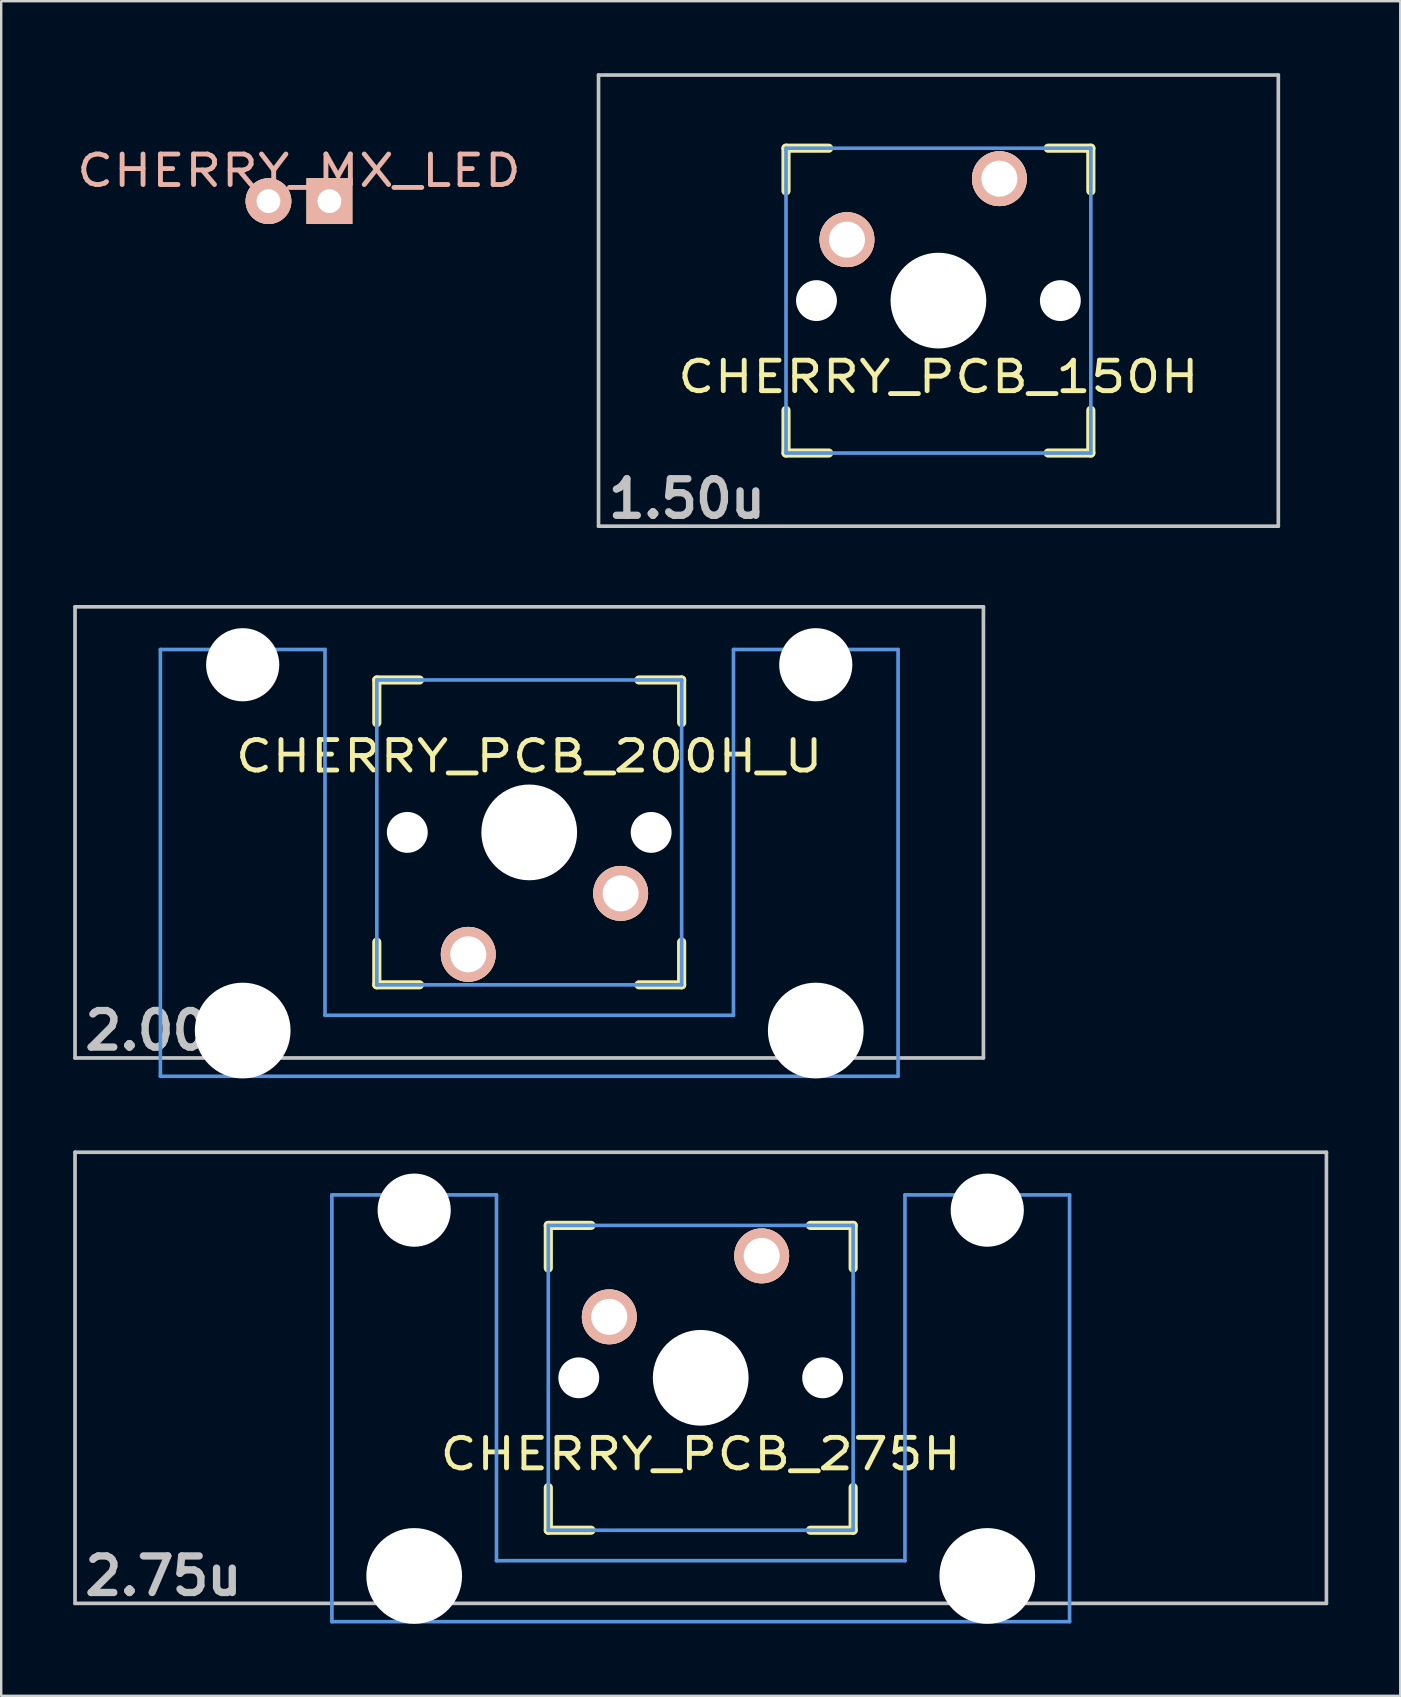
<source format=kicad_pcb>
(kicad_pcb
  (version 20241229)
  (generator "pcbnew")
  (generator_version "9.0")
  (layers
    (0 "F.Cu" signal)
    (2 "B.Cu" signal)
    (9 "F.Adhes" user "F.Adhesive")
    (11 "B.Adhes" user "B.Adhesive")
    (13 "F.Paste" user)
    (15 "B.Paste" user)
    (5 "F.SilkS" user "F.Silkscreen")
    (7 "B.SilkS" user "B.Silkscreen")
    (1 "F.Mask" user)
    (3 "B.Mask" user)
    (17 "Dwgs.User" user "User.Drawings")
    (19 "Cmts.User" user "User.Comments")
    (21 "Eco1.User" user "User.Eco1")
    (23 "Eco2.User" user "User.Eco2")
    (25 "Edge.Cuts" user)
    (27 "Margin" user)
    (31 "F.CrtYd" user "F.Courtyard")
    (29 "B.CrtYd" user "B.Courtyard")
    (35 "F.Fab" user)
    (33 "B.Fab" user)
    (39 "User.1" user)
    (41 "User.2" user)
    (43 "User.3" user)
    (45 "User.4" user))
  (footprint "CHERRY_PCB_200H_U"
    (layer "F.Cu")
    (at 18.999 31.63)
    (property "Reference" "CHERRY_PCB_200H_U" (at 0 -3.175 180) (layer "F.SilkS") (effects (font (size 1.27 1.524) (thickness 0.203))))
    (attr through_hole)
    (fp_line (start -6.35 -6.35) (end -4.572 -6.35) (stroke (width 0.381) (type solid)) (layer "F.SilkS"))
    (fp_line (start -6.35 -4.572) (end -6.35 -6.35) (stroke (width 0.381) (type solid)) (layer "F.SilkS"))
    (fp_line (start -6.35 6.35) (end -6.35 4.572) (stroke (width 0.381) (type solid)) (layer "F.SilkS"))
    (fp_line (start -4.572 6.35) (end -6.35 6.35) (stroke (width 0.381) (type solid)) (layer "F.SilkS"))
    (fp_line (start 4.572 -6.35) (end 6.35 -6.35) (stroke (width 0.381) (type solid)) (layer "F.SilkS"))
    (fp_line (start 6.35 -6.35) (end 6.35 -4.572) (stroke (width 0.381) (type solid)) (layer "F.SilkS"))
    (fp_line (start 6.35 4.572) (end 6.35 6.35) (stroke (width 0.381) (type solid)) (layer "F.SilkS"))
    (fp_line (start 6.35 6.35) (end 4.572 6.35) (stroke (width 0.381) (type solid)) (layer "F.SilkS"))
    (fp_line (start -18.923 -9.398) (end 18.923 -9.398) (stroke (width 0.152) (type solid)) (layer "Dwgs.User"))
    (fp_line (start -18.923 9.398) (end -18.923 -9.398) (stroke (width 0.152) (type solid)) (layer "Dwgs.User"))
    (fp_line (start 18.923 -9.398) (end 18.923 9.398) (stroke (width 0.152) (type solid)) (layer "Dwgs.User"))
    (fp_line (start 18.923 9.398) (end -18.923 9.398) (stroke (width 0.152) (type solid)) (layer "Dwgs.User"))
    (fp_line (start -15.367 -7.62) (end -15.367 10.16) (stroke (width 0.152) (type solid)) (layer "Cmts.User"))
    (fp_line (start -15.367 10.16) (end 15.367 10.16) (stroke (width 0.152) (type solid)) (layer "Cmts.User"))
    (fp_line (start -8.509 -7.62) (end -15.367 -7.62) (stroke (width 0.152) (type solid)) (layer "Cmts.User"))
    (fp_line (start -8.509 7.62) (end -8.509 -7.62) (stroke (width 0.152) (type solid)) (layer "Cmts.User"))
    (fp_line (start -6.35 -6.35) (end 6.35 -6.35) (stroke (width 0.152) (type solid)) (layer "Cmts.User"))
    (fp_line (start -6.35 6.35) (end -6.35 -6.35) (stroke (width 0.152) (type solid)) (layer "Cmts.User"))
    (fp_line (start 6.35 -6.35) (end 6.35 6.35) (stroke (width 0.152) (type solid)) (layer "Cmts.User"))
    (fp_line (start 6.35 6.35) (end -6.35 6.35) (stroke (width 0.152) (type solid)) (layer "Cmts.User"))
    (fp_line (start 8.509 -7.62) (end 8.509 7.62) (stroke (width 0.152) (type solid)) (layer "Cmts.User"))
    (fp_line (start 8.509 7.62) (end -8.509 7.62) (stroke (width 0.152) (type solid)) (layer "Cmts.User"))
    (fp_line (start 15.367 -7.62) (end 8.509 -7.62) (stroke (width 0.152) (type solid)) (layer "Cmts.User"))
    (fp_line (start 15.367 10.16) (end 15.367 -7.62) (stroke (width 0.152) (type solid)) (layer "Cmts.User"))
    (fp_line (start -16.129 -2.286) (end -15.265 -2.286) (stroke (width 0.152) (type solid)) (layer "Eco2.User"))
    (fp_line (start -16.129 0.508) (end -16.129 -2.286) (stroke (width 0.152) (type solid)) (layer "Eco2.User"))
    (fp_line (start -15.265 -5.69) (end -8.611 -5.69) (stroke (width 0.152) (type solid)) (layer "Eco2.User"))
    (fp_line (start -15.265 -2.286) (end -15.265 -5.69) (stroke (width 0.152) (type solid)) (layer "Eco2.User"))
    (fp_line (start -15.265 0.508) (end -16.129 0.508) (stroke (width 0.152) (type solid)) (layer "Eco2.User"))
    (fp_line (start -15.265 6.604) (end -15.265 0.508) (stroke (width 0.152) (type solid)) (layer "Eco2.User"))
    (fp_line (start -14.224 6.604) (end -15.265 6.604) (stroke (width 0.152) (type solid)) (layer "Eco2.User"))
    (fp_line (start -14.224 7.772) (end -14.224 6.604) (stroke (width 0.152) (type solid)) (layer "Eco2.User"))
    (fp_line (start -9.652 6.604) (end -9.652 7.772) (stroke (width 0.152) (type solid)) (layer "Eco2.User"))
    (fp_line (start -9.652 7.772) (end -14.224 7.772) (stroke (width 0.152) (type solid)) (layer "Eco2.User"))
    (fp_line (start -8.611 -5.69) (end -8.611 -4.877) (stroke (width 0.152) (type solid)) (layer "Eco2.User"))
    (fp_line (start -8.611 -4.877) (end -6.985 -4.877) (stroke (width 0.152) (type solid)) (layer "Eco2.User"))
    (fp_line (start -8.611 5.817) (end -8.611 6.604) (stroke (width 0.152) (type solid)) (layer "Eco2.User"))
    (fp_line (start -8.611 6.604) (end -9.652 6.604) (stroke (width 0.152) (type solid)) (layer "Eco2.User"))
    (fp_line (start -6.985 -6.985) (end 6.985 -6.985) (stroke (width 0.152) (type solid)) (layer "Eco2.User"))
    (fp_line (start -6.985 -4.877) (end -6.985 -6.985) (stroke (width 0.152) (type solid)) (layer "Eco2.User"))
    (fp_line (start -6.985 5.817) (end -8.611 5.817) (stroke (width 0.152) (type solid)) (layer "Eco2.User"))
    (fp_line (start -6.985 6.985) (end -6.985 5.817) (stroke (width 0.152) (type solid)) (layer "Eco2.User"))
    (fp_line (start 6.985 -6.985) (end 6.985 -4.877) (stroke (width 0.152) (type solid)) (layer "Eco2.User"))
    (fp_line (start 6.985 -4.877) (end 8.611 -4.877) (stroke (width 0.152) (type solid)) (layer "Eco2.User"))
    (fp_line (start 6.985 5.817) (end 6.985 6.985) (stroke (width 0.152) (type solid)) (layer "Eco2.User"))
    (fp_line (start 6.985 6.985) (end -6.985 6.985) (stroke (width 0.152) (type solid)) (layer "Eco2.User"))
    (fp_line (start 8.611 -5.69) (end 15.265 -5.69) (stroke (width 0.152) (type solid)) (layer "Eco2.User"))
    (fp_line (start 8.611 -4.877) (end 8.611 -5.69) (stroke (width 0.152) (type solid)) (layer "Eco2.User"))
    (fp_line (start 8.611 5.817) (end 6.985 5.817) (stroke (width 0.152) (type solid)) (layer "Eco2.User"))
    (fp_line (start 8.611 6.604) (end 8.611 5.817) (stroke (width 0.152) (type solid)) (layer "Eco2.User"))
    (fp_line (start 9.652 6.604) (end 8.611 6.604) (stroke (width 0.152) (type solid)) (layer "Eco2.User"))
    (fp_line (start 9.652 7.772) (end 9.652 6.604) (stroke (width 0.152) (type solid)) (layer "Eco2.User"))
    (fp_line (start 14.224 6.604) (end 14.224 7.772) (stroke (width 0.152) (type solid)) (layer "Eco2.User"))
    (fp_line (start 14.224 7.772) (end 9.652 7.772) (stroke (width 0.152) (type solid)) (layer "Eco2.User"))
    (fp_line (start 15.265 -5.69) (end 15.265 -2.286) (stroke (width 0.152) (type solid)) (layer "Eco2.User"))
    (fp_line (start 15.265 -2.286) (end 16.129 -2.286) (stroke (width 0.152) (type solid)) (layer "Eco2.User"))
    (fp_line (start 15.265 0.508) (end 15.265 6.604) (stroke (width 0.152) (type solid)) (layer "Eco2.User"))
    (fp_line (start 15.265 6.604) (end 14.224 6.604) (stroke (width 0.152) (type solid)) (layer "Eco2.User"))
    (fp_line (start 16.129 -2.286) (end 16.129 0.508) (stroke (width 0.152) (type solid)) (layer "Eco2.User"))
    (fp_line (start 16.129 0.508) (end 15.265 0.508) (stroke (width 0.152) (type solid)) (layer "Eco2.User"))
    (fp_text user "2.00u" (at -15.24 8.255 0) (layer "Dwgs.User") (effects (font (size 1.524 1.524) (thickness 0.305))))
    (pad "" np_thru_hole circle (at -11.938 -6.985) (size 3.048 3.048) (drill 3.048) (layers "*.Cu"))
    (pad "" np_thru_hole circle (at -11.938 8.255) (size 3.988 3.988) (drill 3.988) (layers "*.Cu"))
    (pad "" np_thru_hole circle (at -5.08 0 180) (size 1.702 1.702) (drill 1.702) (layers "*.Cu"))
    (pad "" np_thru_hole circle (at 0 0 180) (size 3.988 3.988) (drill 3.988) (layers "*.Cu"))
    (pad "" np_thru_hole circle (at 5.08 0 180) (size 1.702 1.702) (drill 1.702) (layers "*.Cu"))
    (pad "" np_thru_hole circle (at 11.938 -6.985) (size 3.048 3.048) (drill 3.048) (layers "*.Cu"))
    (pad "" np_thru_hole circle (at 11.938 8.255) (size 3.988 3.988) (drill 3.988) (layers "*.Cu"))
    (pad "1" thru_hole circle (at -2.54 5.08 180) (size 2.286 2.286) (drill 1.499) (layers "*.Cu" "*.SilkS" "*.Mask"))
    (pad "2" thru_hole circle (at 3.81 2.54 180) (size 2.286 2.286) (drill 1.499) (layers "*.Cu" "*.SilkS" "*.Mask")))
  (footprint "CHERRY_PCB_150H"
    (layer "F.Cu")
    (at 36.047 9.474)
    (property "Reference" "CHERRY_PCB_150H" (at 0 3.175 0) (layer "F.SilkS") (effects (font (size 1.27 1.524) (thickness 0.203))))
    (attr through_hole)
    (fp_line (start -6.35 -6.35) (end -4.572 -6.35) (stroke (width 0.381) (type solid)) (layer "F.SilkS"))
    (fp_line (start -6.35 -4.572) (end -6.35 -6.35) (stroke (width 0.381) (type solid)) (layer "F.SilkS"))
    (fp_line (start -6.35 6.35) (end -6.35 4.572) (stroke (width 0.381) (type solid)) (layer "F.SilkS"))
    (fp_line (start -4.572 6.35) (end -6.35 6.35) (stroke (width 0.381) (type solid)) (layer "F.SilkS"))
    (fp_line (start 4.572 -6.35) (end 6.35 -6.35) (stroke (width 0.381) (type solid)) (layer "F.SilkS"))
    (fp_line (start 6.35 -6.35) (end 6.35 -4.572) (stroke (width 0.381) (type solid)) (layer "F.SilkS"))
    (fp_line (start 6.35 4.572) (end 6.35 6.35) (stroke (width 0.381) (type solid)) (layer "F.SilkS"))
    (fp_line (start 6.35 6.35) (end 4.572 6.35) (stroke (width 0.381) (type solid)) (layer "F.SilkS"))
    (fp_line (start -14.161 -9.398) (end 14.161 -9.398) (stroke (width 0.152) (type solid)) (layer "Dwgs.User"))
    (fp_line (start -14.161 9.398) (end -14.161 -9.398) (stroke (width 0.152) (type solid)) (layer "Dwgs.User"))
    (fp_line (start 14.161 -9.398) (end 14.161 9.398) (stroke (width 0.152) (type solid)) (layer "Dwgs.User"))
    (fp_line (start 14.161 9.398) (end -14.161 9.398) (stroke (width 0.152) (type solid)) (layer "Dwgs.User"))
    (fp_line (start -6.35 -6.35) (end 6.35 -6.35) (stroke (width 0.152) (type solid)) (layer "Cmts.User"))
    (fp_line (start -6.35 6.35) (end -6.35 -6.35) (stroke (width 0.152) (type solid)) (layer "Cmts.User"))
    (fp_line (start 6.35 -6.35) (end 6.35 6.35) (stroke (width 0.152) (type solid)) (layer "Cmts.User"))
    (fp_line (start 6.35 6.35) (end -6.35 6.35) (stroke (width 0.152) (type solid)) (layer "Cmts.User"))
    (fp_line (start -6.985 -6.985) (end 6.985 -6.985) (stroke (width 0.152) (type solid)) (layer "Eco2.User"))
    (fp_line (start -6.985 6.985) (end -6.985 -6.985) (stroke (width 0.152) (type solid)) (layer "Eco2.User"))
    (fp_line (start 6.985 -6.985) (end 6.985 6.985) (stroke (width 0.152) (type solid)) (layer "Eco2.User"))
    (fp_line (start 6.985 6.985) (end -6.985 6.985) (stroke (width 0.152) (type solid)) (layer "Eco2.User"))
    (fp_text user "1.50u" (at -10.477 8.255 0) (layer "Dwgs.User") (effects (font (size 1.524 1.524) (thickness 0.305))))
    (pad "" np_thru_hole circle (at -5.08 0) (size 1.702 1.702) (drill 1.702) (layers "*.Cu"))
    (pad "" np_thru_hole circle (at 0 0) (size 3.988 3.988) (drill 3.988) (layers "*.Cu"))
    (pad "" np_thru_hole circle (at 5.08 0) (size 1.702 1.702) (drill 1.702) (layers "*.Cu"))
    (pad "1" thru_hole circle (at 2.54 -5.08) (size 2.286 2.286) (drill 1.499) (layers "*.Cu" "*.SilkS" "*.Mask"))
    (pad "2" thru_hole circle (at -3.81 -2.54) (size 2.286 2.286) (drill 1.499) (layers "*.Cu" "*.SilkS" "*.Mask")))
  (footprint "CHERRY_PCB_275H"
    (layer "F.Cu")
    (at 26.144 54.353)
    (property "Reference" "CHERRY_PCB_275H" (at 0 3.175 0) (layer "F.SilkS") (effects (font (size 1.27 1.524) (thickness 0.203))))
    (attr through_hole)
    (fp_line (start -6.35 -6.35) (end -4.572 -6.35) (stroke (width 0.381) (type solid)) (layer "F.SilkS"))
    (fp_line (start -6.35 -4.572) (end -6.35 -6.35) (stroke (width 0.381) (type solid)) (layer "F.SilkS"))
    (fp_line (start -6.35 6.35) (end -6.35 4.572) (stroke (width 0.381) (type solid)) (layer "F.SilkS"))
    (fp_line (start -4.572 6.35) (end -6.35 6.35) (stroke (width 0.381) (type solid)) (layer "F.SilkS"))
    (fp_line (start 4.572 -6.35) (end 6.35 -6.35) (stroke (width 0.381) (type solid)) (layer "F.SilkS"))
    (fp_line (start 6.35 -6.35) (end 6.35 -4.572) (stroke (width 0.381) (type solid)) (layer "F.SilkS"))
    (fp_line (start 6.35 4.572) (end 6.35 6.35) (stroke (width 0.381) (type solid)) (layer "F.SilkS"))
    (fp_line (start 6.35 6.35) (end 4.572 6.35) (stroke (width 0.381) (type solid)) (layer "F.SilkS"))
    (fp_line (start -26.068 -9.398) (end 26.068 -9.398) (stroke (width 0.152) (type solid)) (layer "Dwgs.User"))
    (fp_line (start -26.068 9.398) (end -26.068 -9.398) (stroke (width 0.152) (type solid)) (layer "Dwgs.User"))
    (fp_line (start 26.068 -9.398) (end 26.068 9.398) (stroke (width 0.152) (type solid)) (layer "Dwgs.User"))
    (fp_line (start 26.068 9.398) (end -26.068 9.398) (stroke (width 0.152) (type solid)) (layer "Dwgs.User"))
    (fp_line (start -15.367 -7.62) (end -15.367 10.16) (stroke (width 0.152) (type solid)) (layer "Cmts.User"))
    (fp_line (start -15.367 10.16) (end 15.367 10.16) (stroke (width 0.152) (type solid)) (layer "Cmts.User"))
    (fp_line (start -8.509 -7.62) (end -15.367 -7.62) (stroke (width 0.152) (type solid)) (layer "Cmts.User"))
    (fp_line (start -8.509 7.62) (end -8.509 -7.62) (stroke (width 0.152) (type solid)) (layer "Cmts.User"))
    (fp_line (start -6.35 -6.35) (end 6.35 -6.35) (stroke (width 0.152) (type solid)) (layer "Cmts.User"))
    (fp_line (start -6.35 6.35) (end -6.35 -6.35) (stroke (width 0.152) (type solid)) (layer "Cmts.User"))
    (fp_line (start 6.35 -6.35) (end 6.35 6.35) (stroke (width 0.152) (type solid)) (layer "Cmts.User"))
    (fp_line (start 6.35 6.35) (end -6.35 6.35) (stroke (width 0.152) (type solid)) (layer "Cmts.User"))
    (fp_line (start 8.509 -7.62) (end 8.509 7.62) (stroke (width 0.152) (type solid)) (layer "Cmts.User"))
    (fp_line (start 8.509 7.62) (end -8.509 7.62) (stroke (width 0.152) (type solid)) (layer "Cmts.User"))
    (fp_line (start 15.367 -7.62) (end 8.509 -7.62) (stroke (width 0.152) (type solid)) (layer "Cmts.User"))
    (fp_line (start 15.367 10.16) (end 15.367 -7.62) (stroke (width 0.152) (type solid)) (layer "Cmts.User"))
    (fp_line (start -16.129 -2.286) (end -15.265 -2.286) (stroke (width 0.152) (type solid)) (layer "Eco2.User"))
    (fp_line (start -16.129 0.508) (end -16.129 -2.286) (stroke (width 0.152) (type solid)) (layer "Eco2.User"))
    (fp_line (start -15.265 -5.69) (end -8.611 -5.69) (stroke (width 0.152) (type solid)) (layer "Eco2.User"))
    (fp_line (start -15.265 -2.286) (end -15.265 -5.69) (stroke (width 0.152) (type solid)) (layer "Eco2.User"))
    (fp_line (start -15.265 0.508) (end -16.129 0.508) (stroke (width 0.152) (type solid)) (layer "Eco2.User"))
    (fp_line (start -15.265 6.604) (end -15.265 0.508) (stroke (width 0.152) (type solid)) (layer "Eco2.User"))
    (fp_line (start -14.224 6.604) (end -15.265 6.604) (stroke (width 0.152) (type solid)) (layer "Eco2.User"))
    (fp_line (start -14.224 7.772) (end -14.224 6.604) (stroke (width 0.152) (type solid)) (layer "Eco2.User"))
    (fp_line (start -9.652 6.604) (end -9.652 7.772) (stroke (width 0.152) (type solid)) (layer "Eco2.User"))
    (fp_line (start -9.652 7.772) (end -14.224 7.772) (stroke (width 0.152) (type solid)) (layer "Eco2.User"))
    (fp_line (start -8.611 -5.69) (end -8.611 -4.877) (stroke (width 0.152) (type solid)) (layer "Eco2.User"))
    (fp_line (start -8.611 -4.877) (end -6.985 -4.877) (stroke (width 0.152) (type solid)) (layer "Eco2.User"))
    (fp_line (start -8.611 5.817) (end -8.611 6.604) (stroke (width 0.152) (type solid)) (layer "Eco2.User"))
    (fp_line (start -8.611 6.604) (end -9.652 6.604) (stroke (width 0.152) (type solid)) (layer "Eco2.User"))
    (fp_line (start -6.985 -6.985) (end 6.985 -6.985) (stroke (width 0.152) (type solid)) (layer "Eco2.User"))
    (fp_line (start -6.985 -4.877) (end -6.985 -6.985) (stroke (width 0.152) (type solid)) (layer "Eco2.User"))
    (fp_line (start -6.985 5.817) (end -8.611 5.817) (stroke (width 0.152) (type solid)) (layer "Eco2.User"))
    (fp_line (start -6.985 6.985) (end -6.985 5.817) (stroke (width 0.152) (type solid)) (layer "Eco2.User"))
    (fp_line (start 6.985 -6.985) (end 6.985 -4.877) (stroke (width 0.152) (type solid)) (layer "Eco2.User"))
    (fp_line (start 6.985 -4.877) (end 8.611 -4.877) (stroke (width 0.152) (type solid)) (layer "Eco2.User"))
    (fp_line (start 6.985 5.817) (end 6.985 6.985) (stroke (width 0.152) (type solid)) (layer "Eco2.User"))
    (fp_line (start 6.985 6.985) (end -6.985 6.985) (stroke (width 0.152) (type solid)) (layer "Eco2.User"))
    (fp_line (start 8.611 -5.69) (end 15.265 -5.69) (stroke (width 0.152) (type solid)) (layer "Eco2.User"))
    (fp_line (start 8.611 -4.877) (end 8.611 -5.69) (stroke (width 0.152) (type solid)) (layer "Eco2.User"))
    (fp_line (start 8.611 5.817) (end 6.985 5.817) (stroke (width 0.152) (type solid)) (layer "Eco2.User"))
    (fp_line (start 8.611 6.604) (end 8.611 5.817) (stroke (width 0.152) (type solid)) (layer "Eco2.User"))
    (fp_line (start 9.652 6.604) (end 8.611 6.604) (stroke (width 0.152) (type solid)) (layer "Eco2.User"))
    (fp_line (start 9.652 7.772) (end 9.652 6.604) (stroke (width 0.152) (type solid)) (layer "Eco2.User"))
    (fp_line (start 14.224 6.604) (end 14.224 7.772) (stroke (width 0.152) (type solid)) (layer "Eco2.User"))
    (fp_line (start 14.224 7.772) (end 9.652 7.772) (stroke (width 0.152) (type solid)) (layer "Eco2.User"))
    (fp_line (start 15.265 -5.69) (end 15.265 -2.286) (stroke (width 0.152) (type solid)) (layer "Eco2.User"))
    (fp_line (start 15.265 -2.286) (end 16.129 -2.286) (stroke (width 0.152) (type solid)) (layer "Eco2.User"))
    (fp_line (start 15.265 0.508) (end 15.265 6.604) (stroke (width 0.152) (type solid)) (layer "Eco2.User"))
    (fp_line (start 15.265 6.604) (end 14.224 6.604) (stroke (width 0.152) (type solid)) (layer "Eco2.User"))
    (fp_line (start 16.129 -2.286) (end 16.129 0.508) (stroke (width 0.152) (type solid)) (layer "Eco2.User"))
    (fp_line (start 16.129 0.508) (end 15.265 0.508) (stroke (width 0.152) (type solid)) (layer "Eco2.User"))
    (fp_text user "2.75u" (at -22.385 8.255 0) (layer "Dwgs.User") (effects (font (size 1.524 1.524) (thickness 0.305))))
    (pad "" np_thru_hole circle (at -11.938 -6.985) (size 3.048 3.048) (drill 3.048) (layers "*.Cu"))
    (pad "" np_thru_hole circle (at -11.938 8.255) (size 3.988 3.988) (drill 3.988) (layers "*.Cu"))
    (pad "" np_thru_hole circle (at -5.08 0) (size 1.702 1.702) (drill 1.702) (layers "*.Cu"))
    (pad "" np_thru_hole circle (at 0 0) (size 3.988 3.988) (drill 3.988) (layers "*.Cu"))
    (pad "" np_thru_hole circle (at 5.08 0) (size 1.702 1.702) (drill 1.702) (layers "*.Cu"))
    (pad "" np_thru_hole circle (at 11.938 -6.985) (size 3.048 3.048) (drill 3.048) (layers "*.Cu"))
    (pad "" np_thru_hole circle (at 11.938 8.255) (size 3.988 3.988) (drill 3.988) (layers "*.Cu"))
    (pad "1" thru_hole circle (at 2.54 -5.08) (size 2.286 2.286) (drill 1.499) (layers "*.Cu" "*.SilkS" "*.Mask"))
    (pad "2" thru_hole circle (at -3.81 -2.54) (size 2.286 2.286) (drill 1.499) (layers "*.Cu" "*.SilkS" "*.Mask")))
  (footprint "CHERRY_MX_LED"
    (layer "F.Cu")
    (at 9.405 0.25)
    (property "Reference" "CHERRY_MX_LED" (at 0 3.81 0) (layer "B.SilkS") (effects (font (size 1.27 1.524) (thickness 0.203))))
    (attr through_hole)
    (pad "1" thru_hole circle (at -1.27 5.08) (size 1.905 1.905) (drill 0.991) (layers "*.Cu" "*.SilkS" "*.Mask"))
    (pad "2" thru_hole rect (at 1.27 5.08) (size 1.905 1.905) (drill 0.991) (layers "*.Cu" "*.SilkS" "*.Mask")))
  (gr_rect
    (start -3 -3)
    (end 55.288 67.602)
    (stroke (width 0.1) (type default))
    (fill no)
    (layer "Edge.Cuts")))
</source>
